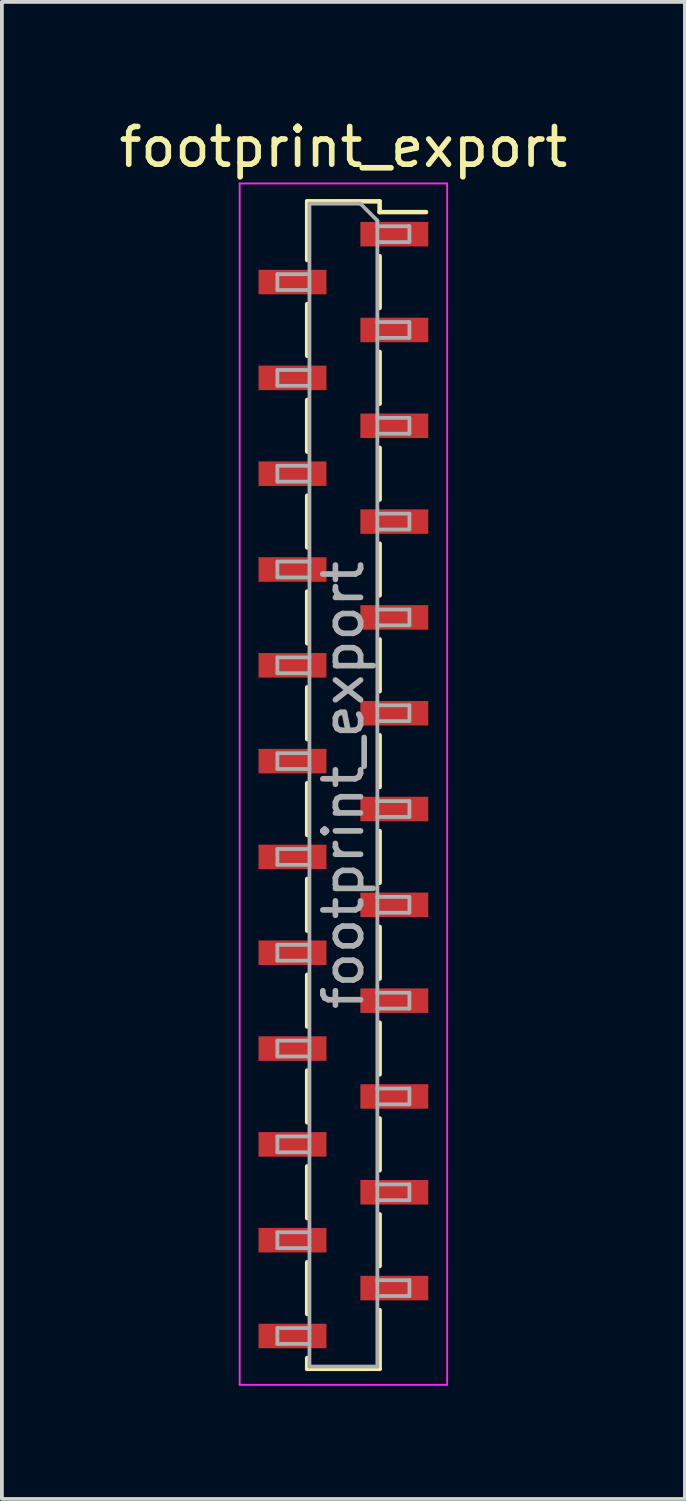
<source format=kicad_pcb>
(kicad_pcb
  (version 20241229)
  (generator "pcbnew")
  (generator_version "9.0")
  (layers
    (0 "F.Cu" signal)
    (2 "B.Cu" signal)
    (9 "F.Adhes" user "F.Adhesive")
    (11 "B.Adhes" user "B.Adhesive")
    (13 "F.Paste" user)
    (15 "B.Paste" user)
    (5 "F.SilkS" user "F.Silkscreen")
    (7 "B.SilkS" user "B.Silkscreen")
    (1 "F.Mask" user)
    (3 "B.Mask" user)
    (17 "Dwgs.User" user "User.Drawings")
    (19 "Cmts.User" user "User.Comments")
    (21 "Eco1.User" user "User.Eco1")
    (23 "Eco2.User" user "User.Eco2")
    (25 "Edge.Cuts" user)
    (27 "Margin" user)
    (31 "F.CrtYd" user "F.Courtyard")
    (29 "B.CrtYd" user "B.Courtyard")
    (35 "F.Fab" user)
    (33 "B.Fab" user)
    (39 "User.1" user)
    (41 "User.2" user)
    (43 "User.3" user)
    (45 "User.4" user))
  (footprint "footprint_export"
    (layer "F.Cu")
    (at 6.054 17.763)
    (property "Reference" "footprint_export" (at 0 -16.915 0) (layer "F.SilkS") (effects (font (size 1 1) (thickness 0.15))))
    (attr smd)
    (fp_line (start -0.96 -15.475) (end -0.96 -13.92) (stroke (width 0.12) (type solid)) (layer "F.SilkS"))
    (fp_line (start -0.96 -15.475) (end 0.96 -15.475) (stroke (width 0.12) (type solid)) (layer "F.SilkS"))
    (fp_line (start -0.96 -12.75) (end -0.96 -11.38) (stroke (width 0.12) (type solid)) (layer "F.SilkS"))
    (fp_line (start -0.96 -10.21) (end -0.96 -8.84) (stroke (width 0.12) (type solid)) (layer "F.SilkS"))
    (fp_line (start -0.96 -7.67) (end -0.96 -6.3) (stroke (width 0.12) (type solid)) (layer "F.SilkS"))
    (fp_line (start -0.96 -5.13) (end -0.96 -3.76) (stroke (width 0.12) (type solid)) (layer "F.SilkS"))
    (fp_line (start -0.96 -2.59) (end -0.96 -1.22) (stroke (width 0.12) (type solid)) (layer "F.SilkS"))
    (fp_line (start -0.96 -0.05) (end -0.96 1.32) (stroke (width 0.12) (type solid)) (layer "F.SilkS"))
    (fp_line (start -0.96 2.49) (end -0.96 3.86) (stroke (width 0.12) (type solid)) (layer "F.SilkS"))
    (fp_line (start -0.96 5.03) (end -0.96 6.4) (stroke (width 0.12) (type solid)) (layer "F.SilkS"))
    (fp_line (start -0.96 7.57) (end -0.96 8.94) (stroke (width 0.12) (type solid)) (layer "F.SilkS"))
    (fp_line (start -0.96 10.11) (end -0.96 11.48) (stroke (width 0.12) (type solid)) (layer "F.SilkS"))
    (fp_line (start -0.96 12.65) (end -0.96 14.02) (stroke (width 0.12) (type solid)) (layer "F.SilkS"))
    (fp_line (start -0.96 15.19) (end -0.96 15.475) (stroke (width 0.12) (type solid)) (layer "F.SilkS"))
    (fp_line (start -0.96 15.475) (end 0.96 15.475) (stroke (width 0.12) (type solid)) (layer "F.SilkS"))
    (fp_line (start 0.96 -15.475) (end 0.96 -15.19) (stroke (width 0.12) (type solid)) (layer "F.SilkS"))
    (fp_line (start 0.96 -15.19) (end 2.19 -15.19) (stroke (width 0.12) (type solid)) (layer "F.SilkS"))
    (fp_line (start 0.96 -14.02) (end 0.96 -12.65) (stroke (width 0.12) (type solid)) (layer "F.SilkS"))
    (fp_line (start 0.96 -11.48) (end 0.96 -10.11) (stroke (width 0.12) (type solid)) (layer "F.SilkS"))
    (fp_line (start 0.96 -8.94) (end 0.96 -7.57) (stroke (width 0.12) (type solid)) (layer "F.SilkS"))
    (fp_line (start 0.96 -6.4) (end 0.96 -5.03) (stroke (width 0.12) (type solid)) (layer "F.SilkS"))
    (fp_line (start 0.96 -3.86) (end 0.96 -2.49) (stroke (width 0.12) (type solid)) (layer "F.SilkS"))
    (fp_line (start 0.96 -1.32) (end 0.96 0.05) (stroke (width 0.12) (type solid)) (layer "F.SilkS"))
    (fp_line (start 0.96 1.22) (end 0.96 2.59) (stroke (width 0.12) (type solid)) (layer "F.SilkS"))
    (fp_line (start 0.96 3.76) (end 0.96 5.13) (stroke (width 0.12) (type solid)) (layer "F.SilkS"))
    (fp_line (start 0.96 6.3) (end 0.96 7.67) (stroke (width 0.12) (type solid)) (layer "F.SilkS"))
    (fp_line (start 0.96 8.84) (end 0.96 10.21) (stroke (width 0.12) (type solid)) (layer "F.SilkS"))
    (fp_line (start 0.96 11.38) (end 0.96 12.75) (stroke (width 0.12) (type solid)) (layer "F.SilkS"))
    (fp_line (start 0.96 13.92) (end 0.96 15.475) (stroke (width 0.12) (type solid)) (layer "F.SilkS"))
    (fp_line (start -2.75 -15.95) (end 2.75 -15.95) (stroke (width 0.05) (type solid)) (layer "F.CrtYd"))
    (fp_line (start -2.75 15.9) (end -2.75 -15.95) (stroke (width 0.05) (type solid)) (layer "F.CrtYd"))
    (fp_line (start 2.75 -15.95) (end 2.75 15.9) (stroke (width 0.05) (type solid)) (layer "F.CrtYd"))
    (fp_line (start 2.75 15.9) (end -2.75 15.9) (stroke (width 0.05) (type solid)) (layer "F.CrtYd"))
    (fp_line (start -1.75 -13.545) (end -0.9 -13.545) (stroke (width 0.1) (type solid)) (layer "F.Fab"))
    (fp_line (start -1.75 -13.125) (end -1.75 -13.545) (stroke (width 0.1) (type solid)) (layer "F.Fab"))
    (fp_line (start -1.75 -11.005) (end -0.9 -11.005) (stroke (width 0.1) (type solid)) (layer "F.Fab"))
    (fp_line (start -1.75 -10.585) (end -1.75 -11.005) (stroke (width 0.1) (type solid)) (layer "F.Fab"))
    (fp_line (start -1.75 -8.465) (end -0.9 -8.465) (stroke (width 0.1) (type solid)) (layer "F.Fab"))
    (fp_line (start -1.75 -8.045) (end -1.75 -8.465) (stroke (width 0.1) (type solid)) (layer "F.Fab"))
    (fp_line (start -1.75 -5.925) (end -0.9 -5.925) (stroke (width 0.1) (type solid)) (layer "F.Fab"))
    (fp_line (start -1.75 -5.505) (end -1.75 -5.925) (stroke (width 0.1) (type solid)) (layer "F.Fab"))
    (fp_line (start -1.75 -3.385) (end -0.9 -3.385) (stroke (width 0.1) (type solid)) (layer "F.Fab"))
    (fp_line (start -1.75 -2.965) (end -1.75 -3.385) (stroke (width 0.1) (type solid)) (layer "F.Fab"))
    (fp_line (start -1.75 -0.845) (end -0.9 -0.845) (stroke (width 0.1) (type solid)) (layer "F.Fab"))
    (fp_line (start -1.75 -0.425) (end -1.75 -0.845) (stroke (width 0.1) (type solid)) (layer "F.Fab"))
    (fp_line (start -1.75 1.695) (end -0.9 1.695) (stroke (width 0.1) (type solid)) (layer "F.Fab"))
    (fp_line (start -1.75 2.115) (end -1.75 1.695) (stroke (width 0.1) (type solid)) (layer "F.Fab"))
    (fp_line (start -1.75 4.235) (end -0.9 4.235) (stroke (width 0.1) (type solid)) (layer "F.Fab"))
    (fp_line (start -1.75 4.655) (end -1.75 4.235) (stroke (width 0.1) (type solid)) (layer "F.Fab"))
    (fp_line (start -1.75 6.775) (end -0.9 6.775) (stroke (width 0.1) (type solid)) (layer "F.Fab"))
    (fp_line (start -1.75 7.195) (end -1.75 6.775) (stroke (width 0.1) (type solid)) (layer "F.Fab"))
    (fp_line (start -1.75 9.315) (end -0.9 9.315) (stroke (width 0.1) (type solid)) (layer "F.Fab"))
    (fp_line (start -1.75 9.735) (end -1.75 9.315) (stroke (width 0.1) (type solid)) (layer "F.Fab"))
    (fp_line (start -1.75 11.855) (end -0.9 11.855) (stroke (width 0.1) (type solid)) (layer "F.Fab"))
    (fp_line (start -1.75 12.275) (end -1.75 11.855) (stroke (width 0.1) (type solid)) (layer "F.Fab"))
    (fp_line (start -1.75 14.395) (end -0.9 14.395) (stroke (width 0.1) (type solid)) (layer "F.Fab"))
    (fp_line (start -1.75 14.815) (end -1.75 14.395) (stroke (width 0.1) (type solid)) (layer "F.Fab"))
    (fp_line (start -0.9 -15.415) (end 0.45 -15.415) (stroke (width 0.1) (type solid)) (layer "F.Fab"))
    (fp_line (start -0.9 -13.125) (end -1.75 -13.125) (stroke (width 0.1) (type solid)) (layer "F.Fab"))
    (fp_line (start -0.9 -10.585) (end -1.75 -10.585) (stroke (width 0.1) (type solid)) (layer "F.Fab"))
    (fp_line (start -0.9 -8.045) (end -1.75 -8.045) (stroke (width 0.1) (type solid)) (layer "F.Fab"))
    (fp_line (start -0.9 -5.505) (end -1.75 -5.505) (stroke (width 0.1) (type solid)) (layer "F.Fab"))
    (fp_line (start -0.9 -2.965) (end -1.75 -2.965) (stroke (width 0.1) (type solid)) (layer "F.Fab"))
    (fp_line (start -0.9 -0.425) (end -1.75 -0.425) (stroke (width 0.1) (type solid)) (layer "F.Fab"))
    (fp_line (start -0.9 2.115) (end -1.75 2.115) (stroke (width 0.1) (type solid)) (layer "F.Fab"))
    (fp_line (start -0.9 4.655) (end -1.75 4.655) (stroke (width 0.1) (type solid)) (layer "F.Fab"))
    (fp_line (start -0.9 7.195) (end -1.75 7.195) (stroke (width 0.1) (type solid)) (layer "F.Fab"))
    (fp_line (start -0.9 9.735) (end -1.75 9.735) (stroke (width 0.1) (type solid)) (layer "F.Fab"))
    (fp_line (start -0.9 12.275) (end -1.75 12.275) (stroke (width 0.1) (type solid)) (layer "F.Fab"))
    (fp_line (start -0.9 14.815) (end -1.75 14.815) (stroke (width 0.1) (type solid)) (layer "F.Fab"))
    (fp_line (start -0.9 15.415) (end -0.9 -15.415) (stroke (width 0.1) (type solid)) (layer "F.Fab"))
    (fp_line (start 0.45 -15.415) (end 0.9 -14.965) (stroke (width 0.1) (type solid)) (layer "F.Fab"))
    (fp_line (start 0.9 -14.965) (end 0.9 15.415) (stroke (width 0.1) (type solid)) (layer "F.Fab"))
    (fp_line (start 0.9 -14.815) (end 1.75 -14.815) (stroke (width 0.1) (type solid)) (layer "F.Fab"))
    (fp_line (start 0.9 -12.275) (end 1.75 -12.275) (stroke (width 0.1) (type solid)) (layer "F.Fab"))
    (fp_line (start 0.9 -9.735) (end 1.75 -9.735) (stroke (width 0.1) (type solid)) (layer "F.Fab"))
    (fp_line (start 0.9 -7.195) (end 1.75 -7.195) (stroke (width 0.1) (type solid)) (layer "F.Fab"))
    (fp_line (start 0.9 -4.655) (end 1.75 -4.655) (stroke (width 0.1) (type solid)) (layer "F.Fab"))
    (fp_line (start 0.9 -2.115) (end 1.75 -2.115) (stroke (width 0.1) (type solid)) (layer "F.Fab"))
    (fp_line (start 0.9 0.425) (end 1.75 0.425) (stroke (width 0.1) (type solid)) (layer "F.Fab"))
    (fp_line (start 0.9 2.965) (end 1.75 2.965) (stroke (width 0.1) (type solid)) (layer "F.Fab"))
    (fp_line (start 0.9 5.505) (end 1.75 5.505) (stroke (width 0.1) (type solid)) (layer "F.Fab"))
    (fp_line (start 0.9 8.045) (end 1.75 8.045) (stroke (width 0.1) (type solid)) (layer "F.Fab"))
    (fp_line (start 0.9 10.585) (end 1.75 10.585) (stroke (width 0.1) (type solid)) (layer "F.Fab"))
    (fp_line (start 0.9 13.125) (end 1.75 13.125) (stroke (width 0.1) (type solid)) (layer "F.Fab"))
    (fp_line (start 0.9 15.415) (end -0.9 15.415) (stroke (width 0.1) (type solid)) (layer "F.Fab"))
    (fp_line (start 1.75 -14.815) (end 1.75 -14.395) (stroke (width 0.1) (type solid)) (layer "F.Fab"))
    (fp_line (start 1.75 -14.395) (end 0.9 -14.395) (stroke (width 0.1) (type solid)) (layer "F.Fab"))
    (fp_line (start 1.75 -12.275) (end 1.75 -11.855) (stroke (width 0.1) (type solid)) (layer "F.Fab"))
    (fp_line (start 1.75 -11.855) (end 0.9 -11.855) (stroke (width 0.1) (type solid)) (layer "F.Fab"))
    (fp_line (start 1.75 -9.735) (end 1.75 -9.315) (stroke (width 0.1) (type solid)) (layer "F.Fab"))
    (fp_line (start 1.75 -9.315) (end 0.9 -9.315) (stroke (width 0.1) (type solid)) (layer "F.Fab"))
    (fp_line (start 1.75 -7.195) (end 1.75 -6.775) (stroke (width 0.1) (type solid)) (layer "F.Fab"))
    (fp_line (start 1.75 -6.775) (end 0.9 -6.775) (stroke (width 0.1) (type solid)) (layer "F.Fab"))
    (fp_line (start 1.75 -4.655) (end 1.75 -4.235) (stroke (width 0.1) (type solid)) (layer "F.Fab"))
    (fp_line (start 1.75 -4.235) (end 0.9 -4.235) (stroke (width 0.1) (type solid)) (layer "F.Fab"))
    (fp_line (start 1.75 -2.115) (end 1.75 -1.695) (stroke (width 0.1) (type solid)) (layer "F.Fab"))
    (fp_line (start 1.75 -1.695) (end 0.9 -1.695) (stroke (width 0.1) (type solid)) (layer "F.Fab"))
    (fp_line (start 1.75 0.425) (end 1.75 0.845) (stroke (width 0.1) (type solid)) (layer "F.Fab"))
    (fp_line (start 1.75 0.845) (end 0.9 0.845) (stroke (width 0.1) (type solid)) (layer "F.Fab"))
    (fp_line (start 1.75 2.965) (end 1.75 3.385) (stroke (width 0.1) (type solid)) (layer "F.Fab"))
    (fp_line (start 1.75 3.385) (end 0.9 3.385) (stroke (width 0.1) (type solid)) (layer "F.Fab"))
    (fp_line (start 1.75 5.505) (end 1.75 5.925) (stroke (width 0.1) (type solid)) (layer "F.Fab"))
    (fp_line (start 1.75 5.925) (end 0.9 5.925) (stroke (width 0.1) (type solid)) (layer "F.Fab"))
    (fp_line (start 1.75 8.045) (end 1.75 8.465) (stroke (width 0.1) (type solid)) (layer "F.Fab"))
    (fp_line (start 1.75 8.465) (end 0.9 8.465) (stroke (width 0.1) (type solid)) (layer "F.Fab"))
    (fp_line (start 1.75 10.585) (end 1.75 11.005) (stroke (width 0.1) (type solid)) (layer "F.Fab"))
    (fp_line (start 1.75 11.005) (end 0.9 11.005) (stroke (width 0.1) (type solid)) (layer "F.Fab"))
    (fp_line (start 1.75 13.125) (end 1.75 13.545) (stroke (width 0.1) (type solid)) (layer "F.Fab"))
    (fp_line (start 1.75 13.545) (end 0.9 13.545) (stroke (width 0.1) (type solid)) (layer "F.Fab"))
    (fp_text user "${REFERENCE}" (at 0 0 90) (layer "F.Fab") (effects (font (size 1 1) (thickness 0.15))))
    (pad "1" smd rect (at 1.35 -14.605) (size 1.8 0.65) (layers "F.Cu" "F.Mask" "F.Paste"))
    (pad "2" smd rect (at -1.35 -13.335) (size 1.8 0.65) (layers "F.Cu" "F.Mask" "F.Paste"))
    (pad "3" smd rect (at 1.35 -12.065) (size 1.8 0.65) (layers "F.Cu" "F.Mask" "F.Paste"))
    (pad "4" smd rect (at -1.35 -10.795) (size 1.8 0.65) (layers "F.Cu" "F.Mask" "F.Paste"))
    (pad "5" smd rect (at 1.35 -9.525) (size 1.8 0.65) (layers "F.Cu" "F.Mask" "F.Paste"))
    (pad "6" smd rect (at -1.35 -8.255) (size 1.8 0.65) (layers "F.Cu" "F.Mask" "F.Paste"))
    (pad "7" smd rect (at 1.35 -6.985) (size 1.8 0.65) (layers "F.Cu" "F.Mask" "F.Paste"))
    (pad "8" smd rect (at -1.35 -5.715) (size 1.8 0.65) (layers "F.Cu" "F.Mask" "F.Paste"))
    (pad "9" smd rect (at 1.35 -4.445) (size 1.8 0.65) (layers "F.Cu" "F.Mask" "F.Paste"))
    (pad "10" smd rect (at -1.35 -3.175) (size 1.8 0.65) (layers "F.Cu" "F.Mask" "F.Paste"))
    (pad "11" smd rect (at 1.35 -1.905) (size 1.8 0.65) (layers "F.Cu" "F.Mask" "F.Paste"))
    (pad "12" smd rect (at -1.35 -0.635) (size 1.8 0.65) (layers "F.Cu" "F.Mask" "F.Paste"))
    (pad "13" smd rect (at 1.35 0.635) (size 1.8 0.65) (layers "F.Cu" "F.Mask" "F.Paste"))
    (pad "14" smd rect (at -1.35 1.905) (size 1.8 0.65) (layers "F.Cu" "F.Mask" "F.Paste"))
    (pad "15" smd rect (at 1.35 3.175) (size 1.8 0.65) (layers "F.Cu" "F.Mask" "F.Paste"))
    (pad "16" smd rect (at -1.35 4.445) (size 1.8 0.65) (layers "F.Cu" "F.Mask" "F.Paste"))
    (pad "17" smd rect (at 1.35 5.715) (size 1.8 0.65) (layers "F.Cu" "F.Mask" "F.Paste"))
    (pad "18" smd rect (at -1.35 6.985) (size 1.8 0.65) (layers "F.Cu" "F.Mask" "F.Paste"))
    (pad "19" smd rect (at 1.35 8.255) (size 1.8 0.65) (layers "F.Cu" "F.Mask" "F.Paste"))
    (pad "20" smd rect (at -1.35 9.525) (size 1.8 0.65) (layers "F.Cu" "F.Mask" "F.Paste"))
    (pad "21" smd rect (at 1.35 10.795) (size 1.8 0.65) (layers "F.Cu" "F.Mask" "F.Paste"))
    (pad "22" smd rect (at -1.35 12.065) (size 1.8 0.65) (layers "F.Cu" "F.Mask" "F.Paste"))
    (pad "23" smd rect (at 1.35 13.335) (size 1.8 0.65) (layers "F.Cu" "F.Mask" "F.Paste"))
    (pad "24" smd rect (at -1.35 14.605) (size 1.8 0.65) (layers "F.Cu" "F.Mask" "F.Paste")))
  (gr_rect
    (start -3 -3)
    (end 15.107 36.688)
    (stroke (width 0.1) (type default))
    (fill no)
    (layer "Edge.Cuts")))
</source>
